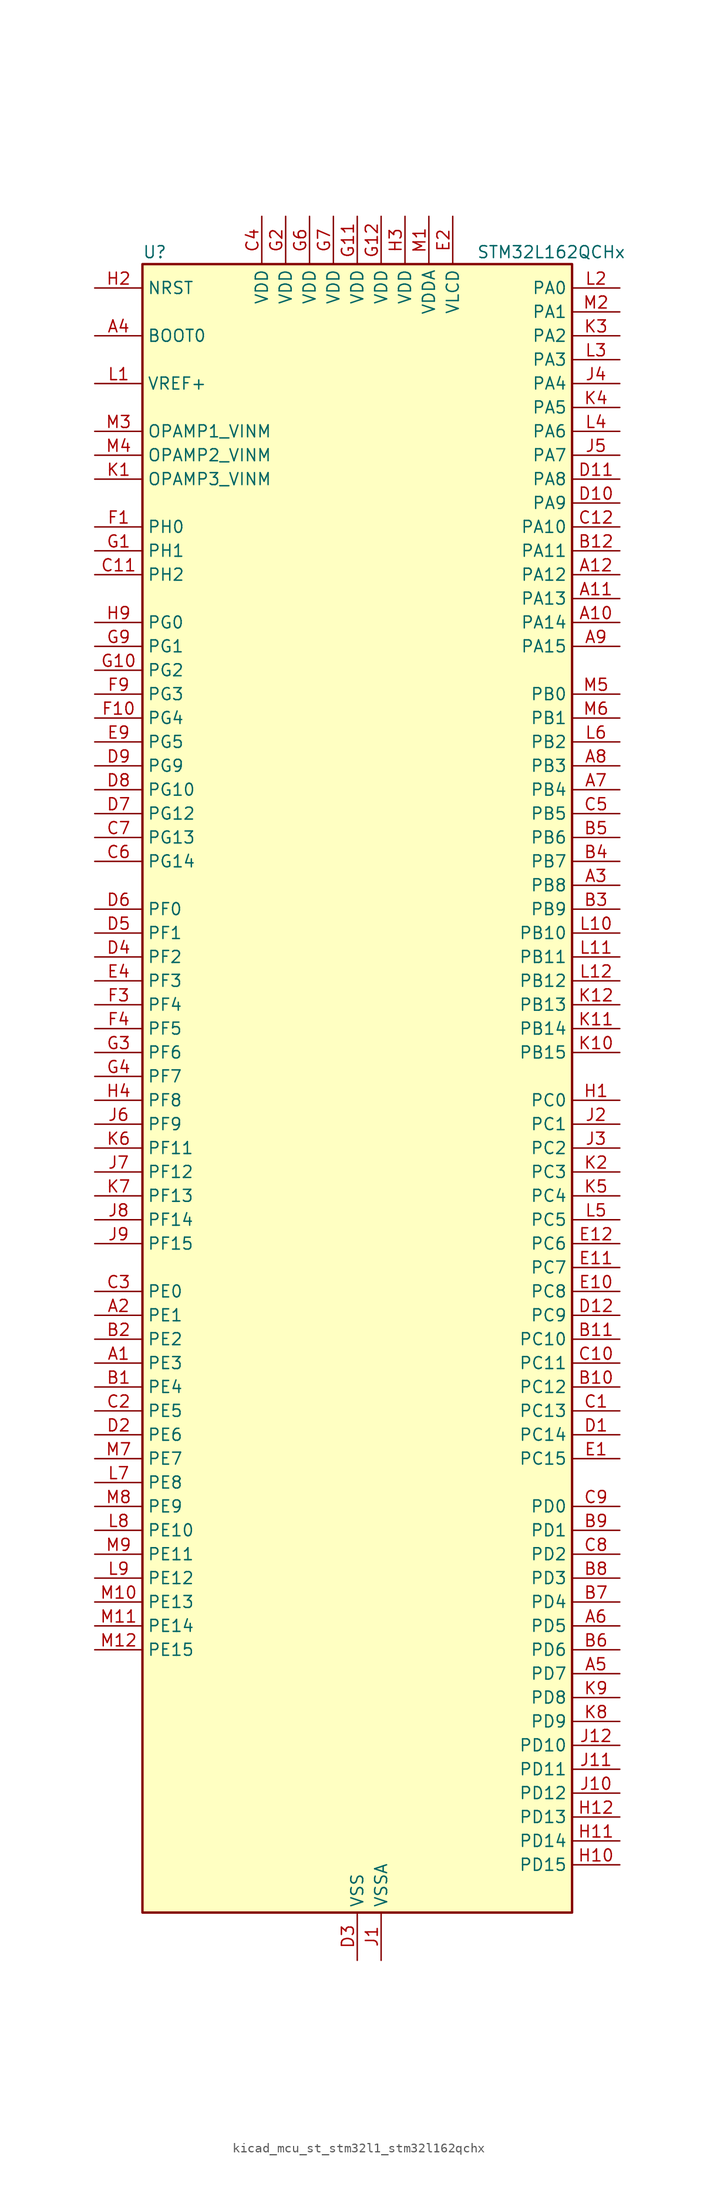
<source format=kicad_sym>
(kicad_symbol_lib
  (version 20220914)
  (generator kicad_symbol_editor)
  (symbol "kicad_mcu_st_stm32l1_stm32l162qchx"
    (property "Reference" "U"
      (at -22.86 90.17 0)
      (effects (font (size 1.27 1.27)) (justify left)))
    (property "Value" "STM32L162QCHx"
      (at 12.7 90.17 0)
      (effects (font (size 1.27 1.27)) (justify left)))
    (property "ki_locked" ""
      (at 0 0 0)
      (effects (font (size 1.27 1.27))))
    (symbol "kicad_mcu_st_stm32l1_stm32l162qchx_0_1"
      (rectangle (start -22.86 -86.36) (end 22.86 88.9) (stroke (width 0.254) (type default)) (fill (type background))))
    (symbol "kicad_mcu_st_stm32l1_stm32l162qchx_1_1"
      (pin bidirectional line (at -27.94 -27.94 0) (length 5.08) (name "PE3" (effects (font (size 1.27 1.27)))) (number "A1" (effects (font (size 1.27 1.27)))) (alternate "LCD_SEG39" bidirectional line) (alternate "SYS_TRACED0" bidirectional line) (alternate "TIM3_CH1" bidirectional line) (alternate "TIMX_IC4" bidirectional line))
      (pin bidirectional line (at 27.94 50.8 180) (length 5.08) (name "PA14" (effects (font (size 1.27 1.27)))) (number "A10" (effects (font (size 1.27 1.27)))) (alternate "SYS_JTCK-SWCLK" bidirectional line) (alternate "TIMX_IC3" bidirectional line) (alternate "TS_G5_IO2" bidirectional line))
      (pin bidirectional line (at 27.94 53.34 180) (length 5.08) (name "PA13" (effects (font (size 1.27 1.27)))) (number "A11" (effects (font (size 1.27 1.27)))) (alternate "SYS_JTMS-SWDIO" bidirectional line) (alternate "TIMX_IC2" bidirectional line) (alternate "TS_G5_IO1" bidirectional line))
      (pin bidirectional line (at 27.94 55.88 180) (length 5.08) (name "PA12" (effects (font (size 1.27 1.27)))) (number "A12" (effects (font (size 1.27 1.27)))) (alternate "SPI1_MOSI" bidirectional line) (alternate "TIMX_IC1" bidirectional line) (alternate "USART1_RTS" bidirectional line) (alternate "USB_DP" bidirectional line))
      (pin bidirectional line (at -27.94 -22.86 0) (length 5.08) (name "PE1" (effects (font (size 1.27 1.27)))) (number "A2" (effects (font (size 1.27 1.27)))) (alternate "LCD_SEG37" bidirectional line) (alternate "TIM11_CH1" bidirectional line) (alternate "TIMX_IC2" bidirectional line))
      (pin bidirectional line (at 27.94 22.86 180) (length 5.08) (name "PB8" (effects (font (size 1.27 1.27)))) (number "A3" (effects (font (size 1.27 1.27)))) (alternate "I2C1_SCL" bidirectional line) (alternate "LCD_SEG16" bidirectional line) (alternate "TIM10_CH1" bidirectional line) (alternate "TIM4_CH3" bidirectional line))
      (pin input line (at -27.94 81.28 0) (length 5.08) (name "BOOT0" (effects (font (size 1.27 1.27)))) (number "A4" (effects (font (size 1.27 1.27)))))
      (pin bidirectional line (at 27.94 -60.96 180) (length 5.08) (name "PD7" (effects (font (size 1.27 1.27)))) (number "A5" (effects (font (size 1.27 1.27)))) (alternate "TIM9_CH2" bidirectional line) (alternate "TIMX_IC4" bidirectional line) (alternate "USART2_CK" bidirectional line))
      (pin bidirectional line (at 27.94 -55.88 180) (length 5.08) (name "PD5" (effects (font (size 1.27 1.27)))) (number "A6" (effects (font (size 1.27 1.27)))) (alternate "TIMX_IC2" bidirectional line) (alternate "USART2_TX" bidirectional line))
      (pin bidirectional line (at 27.94 33.02 180) (length 5.08) (name "PB4" (effects (font (size 1.27 1.27)))) (number "A7" (effects (font (size 1.27 1.27)))) (alternate "COMP2_INP" bidirectional line) (alternate "LCD_SEG8" bidirectional line) (alternate "SPI1_MISO" bidirectional line) (alternate "SPI3_MISO" bidirectional line) (alternate "SYS_JTRST" bidirectional line) (alternate "TIM3_CH1" bidirectional line) (alternate "TS_G6_IO1" bidirectional line))
      (pin bidirectional line (at 27.94 35.56 180) (length 5.08) (name "PB3" (effects (font (size 1.27 1.27)))) (number "A8" (effects (font (size 1.27 1.27)))) (alternate "COMP2_INM" bidirectional line) (alternate "I2S3_CK" bidirectional line) (alternate "LCD_SEG7" bidirectional line) (alternate "SPI1_SCK" bidirectional line) (alternate "SPI3_SCK" bidirectional line) (alternate "SYS_JTDO-TRACESWO" bidirectional line) (alternate "TIM2_CH2" bidirectional line))
      (pin bidirectional line (at 27.94 48.26 180) (length 5.08) (name "PA15" (effects (font (size 1.27 1.27)))) (number "A9" (effects (font (size 1.27 1.27)))) (alternate "ADC_EXTI15" bidirectional line) (alternate "I2S3_WS" bidirectional line) (alternate "LCD_SEG17" bidirectional line) (alternate "SPI1_NSS" bidirectional line) (alternate "SPI3_NSS" bidirectional line) (alternate "SYS_JTDI" bidirectional line) (alternate "TIM2_CH1" bidirectional line) (alternate "TIM2_ETR" bidirectional line) (alternate "TIMX_IC4" bidirectional line) (alternate "TS_G5_IO3" bidirectional line))
      (pin bidirectional line (at -27.94 -30.48 0) (length 5.08) (name "PE4" (effects (font (size 1.27 1.27)))) (number "B1" (effects (font (size 1.27 1.27)))) (alternate "SYS_TRACED1" bidirectional line) (alternate "TIM3_CH2" bidirectional line) (alternate "TIMX_IC1" bidirectional line))
      (pin bidirectional line (at 27.94 -30.48 180) (length 5.08) (name "PC12" (effects (font (size 1.27 1.27)))) (number "B10" (effects (font (size 1.27 1.27)))) (alternate "I2S3_SD" bidirectional line) (alternate "LCD_COM6" bidirectional line) (alternate "LCD_SEG30" bidirectional line) (alternate "LCD_SEG42" bidirectional line) (alternate "SPI3_MOSI" bidirectional line) (alternate "TIMX_IC1" bidirectional line) (alternate "USART3_CK" bidirectional line))
      (pin bidirectional line (at 27.94 -25.4 180) (length 5.08) (name "PC10" (effects (font (size 1.27 1.27)))) (number "B11" (effects (font (size 1.27 1.27)))) (alternate "I2S3_CK" bidirectional line) (alternate "LCD_COM4" bidirectional line) (alternate "LCD_SEG28" bidirectional line) (alternate "LCD_SEG40" bidirectional line) (alternate "SPI3_SCK" bidirectional line) (alternate "TIMX_IC3" bidirectional line) (alternate "USART3_TX" bidirectional line))
      (pin bidirectional line (at 27.94 58.42 180) (length 5.08) (name "PA11" (effects (font (size 1.27 1.27)))) (number "B12" (effects (font (size 1.27 1.27)))) (alternate "ADC_EXTI11" bidirectional line) (alternate "SPI1_MISO" bidirectional line) (alternate "TIMX_IC4" bidirectional line) (alternate "USART1_CTS" bidirectional line) (alternate "USB_DM" bidirectional line))
      (pin bidirectional line (at -27.94 -25.4 0) (length 5.08) (name "PE2" (effects (font (size 1.27 1.27)))) (number "B2" (effects (font (size 1.27 1.27)))) (alternate "LCD_SEG38" bidirectional line) (alternate "SYS_TRACECK" bidirectional line) (alternate "TIM3_ETR" bidirectional line) (alternate "TIMX_IC3" bidirectional line))
      (pin bidirectional line (at 27.94 20.32 180) (length 5.08) (name "PB9" (effects (font (size 1.27 1.27)))) (number "B3" (effects (font (size 1.27 1.27)))) (alternate "DAC_EXTI9" bidirectional line) (alternate "I2C1_SDA" bidirectional line) (alternate "LCD_COM3" bidirectional line) (alternate "TIM11_CH1" bidirectional line) (alternate "TIM4_CH4" bidirectional line))
      (pin bidirectional line (at 27.94 25.4 180) (length 5.08) (name "PB7" (effects (font (size 1.27 1.27)))) (number "B4" (effects (font (size 1.27 1.27)))) (alternate "COMP2_INP" bidirectional line) (alternate "I2C1_SDA" bidirectional line) (alternate "SYS_PVD_IN" bidirectional line) (alternate "TIM4_CH2" bidirectional line) (alternate "TS_G6_IO4" bidirectional line) (alternate "USART1_RX" bidirectional line))
      (pin bidirectional line (at 27.94 27.94 180) (length 5.08) (name "PB6" (effects (font (size 1.27 1.27)))) (number "B5" (effects (font (size 1.27 1.27)))) (alternate "COMP2_INP" bidirectional line) (alternate "I2C1_SCL" bidirectional line) (alternate "TIM4_CH1" bidirectional line) (alternate "TS_G6_IO3" bidirectional line) (alternate "USART1_TX" bidirectional line))
      (pin bidirectional line (at 27.94 -58.42 180) (length 5.08) (name "PD6" (effects (font (size 1.27 1.27)))) (number "B6" (effects (font (size 1.27 1.27)))) (alternate "TIMX_IC3" bidirectional line) (alternate "USART2_RX" bidirectional line))
      (pin bidirectional line (at 27.94 -53.34 180) (length 5.08) (name "PD4" (effects (font (size 1.27 1.27)))) (number "B7" (effects (font (size 1.27 1.27)))) (alternate "I2S2_SD" bidirectional line) (alternate "SPI2_MOSI" bidirectional line) (alternate "TIMX_IC1" bidirectional line) (alternate "USART2_RTS" bidirectional line))
      (pin bidirectional line (at 27.94 -50.8 180) (length 5.08) (name "PD3" (effects (font (size 1.27 1.27)))) (number "B8" (effects (font (size 1.27 1.27)))) (alternate "SPI2_MISO" bidirectional line) (alternate "TIMX_IC4" bidirectional line) (alternate "USART2_CTS" bidirectional line))
      (pin bidirectional line (at 27.94 -45.72 180) (length 5.08) (name "PD1" (effects (font (size 1.27 1.27)))) (number "B9" (effects (font (size 1.27 1.27)))) (alternate "I2S2_CK" bidirectional line) (alternate "SPI2_SCK" bidirectional line) (alternate "TIMX_IC2" bidirectional line))
      (pin bidirectional line (at 27.94 -33.02 180) (length 5.08) (name "PC13" (effects (font (size 1.27 1.27)))) (number "C1" (effects (font (size 1.27 1.27)))) (alternate "RTC_OUT_ALARM" bidirectional line) (alternate "RTC_OUT_CALIB" bidirectional line) (alternate "RTC_TAMP1" bidirectional line) (alternate "RTC_TS" bidirectional line) (alternate "SYS_WKUP2" bidirectional line) (alternate "TIMX_IC2" bidirectional line))
      (pin bidirectional line (at 27.94 -27.94 180) (length 5.08) (name "PC11" (effects (font (size 1.27 1.27)))) (number "C10" (effects (font (size 1.27 1.27)))) (alternate "ADC_EXTI11" bidirectional line) (alternate "LCD_COM5" bidirectional line) (alternate "LCD_SEG29" bidirectional line) (alternate "LCD_SEG41" bidirectional line) (alternate "SPI3_MISO" bidirectional line) (alternate "TIMX_IC4" bidirectional line) (alternate "USART3_RX" bidirectional line))
      (pin bidirectional line (at -27.94 55.88 0) (length 5.08) (name "PH2" (effects (font (size 1.27 1.27)))) (number "C11" (effects (font (size 1.27 1.27)))))
      (pin bidirectional line (at 27.94 60.96 180) (length 5.08) (name "PA10" (effects (font (size 1.27 1.27)))) (number "C12" (effects (font (size 1.27 1.27)))) (alternate "LCD_COM2" bidirectional line) (alternate "TIMX_IC3" bidirectional line) (alternate "TS_G4_IO3" bidirectional line) (alternate "USART1_RX" bidirectional line))
      (pin bidirectional line (at -27.94 -33.02 0) (length 5.08) (name "PE5" (effects (font (size 1.27 1.27)))) (number "C2" (effects (font (size 1.27 1.27)))) (alternate "SYS_TRACED2" bidirectional line) (alternate "TIM9_CH1" bidirectional line) (alternate "TIMX_IC2" bidirectional line))
      (pin bidirectional line (at -27.94 -20.32 0) (length 5.08) (name "PE0" (effects (font (size 1.27 1.27)))) (number "C3" (effects (font (size 1.27 1.27)))) (alternate "LCD_SEG36" bidirectional line) (alternate "TIM10_CH1" bidirectional line) (alternate "TIM4_ETR" bidirectional line) (alternate "TIMX_IC1" bidirectional line))
      (pin power_in line (at -10.16 93.98 270) (length 5.08) (name "VDD" (effects (font (size 1.27 1.27)))) (number "C4" (effects (font (size 1.27 1.27)))))
      (pin bidirectional line (at 27.94 30.48 180) (length 5.08) (name "PB5" (effects (font (size 1.27 1.27)))) (number "C5" (effects (font (size 1.27 1.27)))) (alternate "COMP2_INP" bidirectional line) (alternate "I2C1_SMBA" bidirectional line) (alternate "I2S3_SD" bidirectional line) (alternate "LCD_SEG9" bidirectional line) (alternate "SPI1_MOSI" bidirectional line) (alternate "SPI3_MOSI" bidirectional line) (alternate "TIM3_CH2" bidirectional line) (alternate "TS_G6_IO2" bidirectional line))
      (pin bidirectional line (at -27.94 25.4 0) (length 5.08) (name "PG14" (effects (font (size 1.27 1.27)))) (number "C6" (effects (font (size 1.27 1.27)))))
      (pin bidirectional line (at -27.94 27.94 0) (length 5.08) (name "PG13" (effects (font (size 1.27 1.27)))) (number "C7" (effects (font (size 1.27 1.27)))))
      (pin bidirectional line (at 27.94 -48.26 180) (length 5.08) (name "PD2" (effects (font (size 1.27 1.27)))) (number "C8" (effects (font (size 1.27 1.27)))) (alternate "LCD_COM7" bidirectional line) (alternate "LCD_SEG31" bidirectional line) (alternate "LCD_SEG43" bidirectional line) (alternate "TIM3_ETR" bidirectional line) (alternate "TIMX_IC3" bidirectional line))
      (pin bidirectional line (at 27.94 -43.18 180) (length 5.08) (name "PD0" (effects (font (size 1.27 1.27)))) (number "C9" (effects (font (size 1.27 1.27)))) (alternate "I2S2_WS" bidirectional line) (alternate "SPI2_NSS" bidirectional line) (alternate "TIM9_CH1" bidirectional line) (alternate "TIMX_IC1" bidirectional line))
      (pin bidirectional line (at 27.94 -35.56 180) (length 5.08) (name "PC14" (effects (font (size 1.27 1.27)))) (number "D1" (effects (font (size 1.27 1.27)))) (alternate "RCC_OSC32_IN" bidirectional line) (alternate "TIMX_IC3" bidirectional line))
      (pin bidirectional line (at 27.94 63.5 180) (length 5.08) (name "PA9" (effects (font (size 1.27 1.27)))) (number "D10" (effects (font (size 1.27 1.27)))) (alternate "DAC_EXTI9" bidirectional line) (alternate "LCD_COM1" bidirectional line) (alternate "TIMX_IC2" bidirectional line) (alternate "TS_G4_IO2" bidirectional line) (alternate "USART1_TX" bidirectional line))
      (pin bidirectional line (at 27.94 66.04 180) (length 5.08) (name "PA8" (effects (font (size 1.27 1.27)))) (number "D11" (effects (font (size 1.27 1.27)))) (alternate "LCD_COM0" bidirectional line) (alternate "RCC_MCO" bidirectional line) (alternate "TIMX_IC1" bidirectional line) (alternate "TS_G4_IO1" bidirectional line) (alternate "USART1_CK" bidirectional line))
      (pin bidirectional line (at 27.94 -22.86 180) (length 5.08) (name "PC9" (effects (font (size 1.27 1.27)))) (number "D12" (effects (font (size 1.27 1.27)))) (alternate "DAC_EXTI9" bidirectional line) (alternate "LCD_SEG27" bidirectional line) (alternate "TIM3_CH4" bidirectional line) (alternate "TIMX_IC2" bidirectional line) (alternate "TS_G10_IO4" bidirectional line))
      (pin bidirectional line (at -27.94 -35.56 0) (length 5.08) (name "PE6" (effects (font (size 1.27 1.27)))) (number "D2" (effects (font (size 1.27 1.27)))) (alternate "RTC_TAMP3" bidirectional line) (alternate "SYS_TRACED3" bidirectional line) (alternate "SYS_WKUP3" bidirectional line) (alternate "TIM9_CH2" bidirectional line) (alternate "TIMX_IC3" bidirectional line))
      (pin power_in line (at 0 -91.44 90) (length 5.08) (name "VSS" (effects (font (size 1.27 1.27)))) (number "D3" (effects (font (size 1.27 1.27)))))
      (pin bidirectional line (at -27.94 15.24 0) (length 5.08) (name "PF2" (effects (font (size 1.27 1.27)))) (number "D4" (effects (font (size 1.27 1.27)))))
      (pin bidirectional line (at -27.94 17.78 0) (length 5.08) (name "PF1" (effects (font (size 1.27 1.27)))) (number "D5" (effects (font (size 1.27 1.27)))))
      (pin bidirectional line (at -27.94 20.32 0) (length 5.08) (name "PF0" (effects (font (size 1.27 1.27)))) (number "D6" (effects (font (size 1.27 1.27)))))
      (pin bidirectional line (at -27.94 30.48 0) (length 5.08) (name "PG12" (effects (font (size 1.27 1.27)))) (number "D7" (effects (font (size 1.27 1.27)))))
      (pin bidirectional line (at -27.94 33.02 0) (length 5.08) (name "PG10" (effects (font (size 1.27 1.27)))) (number "D8" (effects (font (size 1.27 1.27)))))
      (pin bidirectional line (at -27.94 35.56 0) (length 5.08) (name "PG9" (effects (font (size 1.27 1.27)))) (number "D9" (effects (font (size 1.27 1.27)))) (alternate "DAC_EXTI9" bidirectional line))
      (pin bidirectional line (at 27.94 -38.1 180) (length 5.08) (name "PC15" (effects (font (size 1.27 1.27)))) (number "E1" (effects (font (size 1.27 1.27)))) (alternate "ADC_EXTI15" bidirectional line) (alternate "RCC_OSC32_OUT" bidirectional line) (alternate "TIMX_IC4" bidirectional line))
      (pin bidirectional line (at 27.94 -20.32 180) (length 5.08) (name "PC8" (effects (font (size 1.27 1.27)))) (number "E10" (effects (font (size 1.27 1.27)))) (alternate "LCD_SEG26" bidirectional line) (alternate "TIM3_CH3" bidirectional line) (alternate "TIMX_IC1" bidirectional line) (alternate "TS_G10_IO3" bidirectional line))
      (pin bidirectional line (at 27.94 -17.78 180) (length 5.08) (name "PC7" (effects (font (size 1.27 1.27)))) (number "E11" (effects (font (size 1.27 1.27)))) (alternate "I2S3_MCK" bidirectional line) (alternate "LCD_SEG25" bidirectional line) (alternate "TIM3_CH2" bidirectional line) (alternate "TIMX_IC4" bidirectional line) (alternate "TS_G10_IO2" bidirectional line))
      (pin bidirectional line (at 27.94 -15.24 180) (length 5.08) (name "PC6" (effects (font (size 1.27 1.27)))) (number "E12" (effects (font (size 1.27 1.27)))) (alternate "I2S2_MCK" bidirectional line) (alternate "LCD_SEG24" bidirectional line) (alternate "TIM3_CH1" bidirectional line) (alternate "TIMX_IC3" bidirectional line) (alternate "TS_G10_IO1" bidirectional line))
      (pin power_in line (at 10.16 93.98 270) (length 5.08) (name "VLCD" (effects (font (size 1.27 1.27)))) (number "E2" (effects (font (size 1.27 1.27)))))
      (pin passive line (at 0 -91.44 90) (length 5.08) hide (name "VSS" (effects (font (size 1.27 1.27)))) (number "E3" (effects (font (size 1.27 1.27)))))
      (pin bidirectional line (at -27.94 12.7 0) (length 5.08) (name "PF3" (effects (font (size 1.27 1.27)))) (number "E4" (effects (font (size 1.27 1.27)))))
      (pin bidirectional line (at -27.94 38.1 0) (length 5.08) (name "PG5" (effects (font (size 1.27 1.27)))) (number "E9" (effects (font (size 1.27 1.27)))))
      (pin bidirectional line (at -27.94 60.96 0) (length 5.08) (name "PH0" (effects (font (size 1.27 1.27)))) (number "F1" (effects (font (size 1.27 1.27)))) (alternate "RCC_OSC_IN" bidirectional line))
      (pin bidirectional line (at -27.94 40.64 0) (length 5.08) (name "PG4" (effects (font (size 1.27 1.27)))) (number "F10" (effects (font (size 1.27 1.27)))) (alternate "ADC_IN12b" bidirectional line) (alternate "TS_G7_IO7" bidirectional line))
      (pin passive line (at 0 -91.44 90) (length 5.08) hide (name "VSS" (effects (font (size 1.27 1.27)))) (number "F11" (effects (font (size 1.27 1.27)))))
      (pin passive line (at 0 -91.44 90) (length 5.08) hide (name "VSS" (effects (font (size 1.27 1.27)))) (number "F12" (effects (font (size 1.27 1.27)))))
      (pin passive line (at 0 -91.44 90) (length 5.08) hide (name "VSS" (effects (font (size 1.27 1.27)))) (number "F2" (effects (font (size 1.27 1.27)))))
      (pin bidirectional line (at -27.94 10.16 0) (length 5.08) (name "PF4" (effects (font (size 1.27 1.27)))) (number "F3" (effects (font (size 1.27 1.27)))))
      (pin bidirectional line (at -27.94 7.62 0) (length 5.08) (name "PF5" (effects (font (size 1.27 1.27)))) (number "F4" (effects (font (size 1.27 1.27)))))
      (pin passive line (at 0 -91.44 90) (length 5.08) hide (name "VSS" (effects (font (size 1.27 1.27)))) (number "F6" (effects (font (size 1.27 1.27)))))
      (pin passive line (at 0 -91.44 90) (length 5.08) hide (name "VSS" (effects (font (size 1.27 1.27)))) (number "F7" (effects (font (size 1.27 1.27)))))
      (pin bidirectional line (at -27.94 43.18 0) (length 5.08) (name "PG3" (effects (font (size 1.27 1.27)))) (number "F9" (effects (font (size 1.27 1.27)))) (alternate "ADC_IN11b" bidirectional line) (alternate "TS_G7_IO6" bidirectional line))
      (pin bidirectional line (at -27.94 58.42 0) (length 5.08) (name "PH1" (effects (font (size 1.27 1.27)))) (number "G1" (effects (font (size 1.27 1.27)))) (alternate "RCC_OSC_OUT" bidirectional line))
      (pin bidirectional line (at -27.94 45.72 0) (length 5.08) (name "PG2" (effects (font (size 1.27 1.27)))) (number "G10" (effects (font (size 1.27 1.27)))) (alternate "ADC_IN10b" bidirectional line) (alternate "TS_G7_IO5" bidirectional line))
      (pin power_in line (at 0 93.98 270) (length 5.08) (name "VDD" (effects (font (size 1.27 1.27)))) (number "G11" (effects (font (size 1.27 1.27)))))
      (pin power_in line (at 2.54 93.98 270) (length 5.08) (name "VDD" (effects (font (size 1.27 1.27)))) (number "G12" (effects (font (size 1.27 1.27)))))
      (pin power_in line (at -7.62 93.98 270) (length 5.08) (name "VDD" (effects (font (size 1.27 1.27)))) (number "G2" (effects (font (size 1.27 1.27)))))
      (pin bidirectional line (at -27.94 5.08 0) (length 5.08) (name "PF6" (effects (font (size 1.27 1.27)))) (number "G3" (effects (font (size 1.27 1.27)))) (alternate "ADC_IN27" bidirectional line) (alternate "TIM5_CH1" bidirectional line) (alternate "TIM5_ETR" bidirectional line) (alternate "TS_G11_IO1" bidirectional line))
      (pin bidirectional line (at -27.94 2.54 0) (length 5.08) (name "PF7" (effects (font (size 1.27 1.27)))) (number "G4" (effects (font (size 1.27 1.27)))) (alternate "ADC_IN28" bidirectional line) (alternate "COMP1_INP" bidirectional line) (alternate "TIM5_CH2" bidirectional line) (alternate "TS_G11_IO2" bidirectional line))
      (pin power_in line (at -5.08 93.98 270) (length 5.08) (name "VDD" (effects (font (size 1.27 1.27)))) (number "G6" (effects (font (size 1.27 1.27)))))
      (pin power_in line (at -2.54 93.98 270) (length 5.08) (name "VDD" (effects (font (size 1.27 1.27)))) (number "G7" (effects (font (size 1.27 1.27)))))
      (pin bidirectional line (at -27.94 48.26 0) (length 5.08) (name "PG1" (effects (font (size 1.27 1.27)))) (number "G9" (effects (font (size 1.27 1.27)))) (alternate "ADC_IN9b" bidirectional line) (alternate "TS_G2_IO5" bidirectional line))
      (pin bidirectional line (at 27.94 0 180) (length 5.08) (name "PC0" (effects (font (size 1.27 1.27)))) (number "H1" (effects (font (size 1.27 1.27)))) (alternate "ADC_IN10" bidirectional line) (alternate "COMP1_INP" bidirectional line) (alternate "LCD_SEG18" bidirectional line) (alternate "TIMX_IC1" bidirectional line) (alternate "TS_G8_IO1" bidirectional line))
      (pin bidirectional line (at 27.94 -81.28 180) (length 5.08) (name "PD15" (effects (font (size 1.27 1.27)))) (number "H10" (effects (font (size 1.27 1.27)))) (alternate "ADC_EXTI15" bidirectional line) (alternate "LCD_SEG35" bidirectional line) (alternate "TIM4_CH4" bidirectional line) (alternate "TIMX_IC4" bidirectional line))
      (pin bidirectional line (at 27.94 -78.74 180) (length 5.08) (name "PD14" (effects (font (size 1.27 1.27)))) (number "H11" (effects (font (size 1.27 1.27)))) (alternate "LCD_SEG34" bidirectional line) (alternate "TIM4_CH3" bidirectional line) (alternate "TIMX_IC3" bidirectional line))
      (pin bidirectional line (at 27.94 -76.2 180) (length 5.08) (name "PD13" (effects (font (size 1.27 1.27)))) (number "H12" (effects (font (size 1.27 1.27)))) (alternate "LCD_SEG33" bidirectional line) (alternate "TIM4_CH2" bidirectional line) (alternate "TIMX_IC2" bidirectional line))
      (pin input line (at -27.94 86.36 0) (length 5.08) (name "NRST" (effects (font (size 1.27 1.27)))) (number "H2" (effects (font (size 1.27 1.27)))))
      (pin power_in line (at 5.08 93.98 270) (length 5.08) (name "VDD" (effects (font (size 1.27 1.27)))) (number "H3" (effects (font (size 1.27 1.27)))))
      (pin bidirectional line (at -27.94 0 0) (length 5.08) (name "PF8" (effects (font (size 1.27 1.27)))) (number "H4" (effects (font (size 1.27 1.27)))) (alternate "ADC_IN29" bidirectional line) (alternate "COMP1_INP" bidirectional line) (alternate "TIM5_CH3" bidirectional line) (alternate "TS_G11_IO3" bidirectional line))
      (pin bidirectional line (at -27.94 50.8 0) (length 5.08) (name "PG0" (effects (font (size 1.27 1.27)))) (number "H9" (effects (font (size 1.27 1.27)))) (alternate "ADC_IN8b" bidirectional line) (alternate "TS_G2_IO4" bidirectional line))
      (pin power_in line (at 2.54 -91.44 90) (length 5.08) (name "VSSA" (effects (font (size 1.27 1.27)))) (number "J1" (effects (font (size 1.27 1.27)))))
      (pin bidirectional line (at 27.94 -73.66 180) (length 5.08) (name "PD12" (effects (font (size 1.27 1.27)))) (number "J10" (effects (font (size 1.27 1.27)))) (alternate "LCD_SEG32" bidirectional line) (alternate "TIM4_CH1" bidirectional line) (alternate "TIMX_IC1" bidirectional line) (alternate "USART3_RTS" bidirectional line))
      (pin bidirectional line (at 27.94 -71.12 180) (length 5.08) (name "PD11" (effects (font (size 1.27 1.27)))) (number "J11" (effects (font (size 1.27 1.27)))) (alternate "ADC_EXTI11" bidirectional line) (alternate "LCD_SEG31" bidirectional line) (alternate "TIMX_IC4" bidirectional line) (alternate "USART3_CTS" bidirectional line))
      (pin bidirectional line (at 27.94 -68.58 180) (length 5.08) (name "PD10" (effects (font (size 1.27 1.27)))) (number "J12" (effects (font (size 1.27 1.27)))) (alternate "LCD_SEG30" bidirectional line) (alternate "TIMX_IC3" bidirectional line) (alternate "USART3_CK" bidirectional line))
      (pin bidirectional line (at 27.94 -2.54 180) (length 5.08) (name "PC1" (effects (font (size 1.27 1.27)))) (number "J2" (effects (font (size 1.27 1.27)))) (alternate "ADC_IN11" bidirectional line) (alternate "COMP1_INP" bidirectional line) (alternate "LCD_SEG19" bidirectional line) (alternate "TIMX_IC2" bidirectional line) (alternate "TS_G8_IO2" bidirectional line))
      (pin bidirectional line (at 27.94 -5.08 180) (length 5.08) (name "PC2" (effects (font (size 1.27 1.27)))) (number "J3" (effects (font (size 1.27 1.27)))) (alternate "ADC_IN12" bidirectional line) (alternate "COMP1_INP" bidirectional line) (alternate "LCD_SEG20" bidirectional line) (alternate "TIMX_IC3" bidirectional line) (alternate "TS_G8_IO3" bidirectional line))
      (pin bidirectional line (at 27.94 76.2 180) (length 5.08) (name "PA4" (effects (font (size 1.27 1.27)))) (number "J4" (effects (font (size 1.27 1.27)))) (alternate "ADC_IN4" bidirectional line) (alternate "COMP1_INP" bidirectional line) (alternate "DAC_OUT1" bidirectional line) (alternate "I2S3_WS" bidirectional line) (alternate "SPI1_NSS" bidirectional line) (alternate "SPI3_NSS" bidirectional line) (alternate "TIMX_IC1" bidirectional line) (alternate "USART2_CK" bidirectional line))
      (pin bidirectional line (at 27.94 68.58 180) (length 5.08) (name "PA7" (effects (font (size 1.27 1.27)))) (number "J5" (effects (font (size 1.27 1.27)))) (alternate "ADC_IN7" bidirectional line) (alternate "COMP1_INP" bidirectional line) (alternate "LCD_SEG4" bidirectional line) (alternate "SPI1_MOSI" bidirectional line) (alternate "TIM11_CH1" bidirectional line) (alternate "TIM3_CH2" bidirectional line) (alternate "TIMX_IC4" bidirectional line) (alternate "TS_G2_IO2" bidirectional line))
      (pin bidirectional line (at -27.94 -2.54 0) (length 5.08) (name "PF9" (effects (font (size 1.27 1.27)))) (number "J6" (effects (font (size 1.27 1.27)))) (alternate "ADC_IN30" bidirectional line) (alternate "COMP1_INP" bidirectional line) (alternate "DAC_EXTI9" bidirectional line) (alternate "TIM5_CH4" bidirectional line) (alternate "TS_G11_IO4" bidirectional line))
      (pin bidirectional line (at -27.94 -7.62 0) (length 5.08) (name "PF12" (effects (font (size 1.27 1.27)))) (number "J7" (effects (font (size 1.27 1.27)))) (alternate "ADC_IN2b" bidirectional line) (alternate "TS_G3_IO5" bidirectional line))
      (pin bidirectional line (at -27.94 -12.7 0) (length 5.08) (name "PF14" (effects (font (size 1.27 1.27)))) (number "J8" (effects (font (size 1.27 1.27)))) (alternate "ADC_IN6b" bidirectional line) (alternate "TS_G9_IO4" bidirectional line))
      (pin bidirectional line (at -27.94 -15.24 0) (length 5.08) (name "PF15" (effects (font (size 1.27 1.27)))) (number "J9" (effects (font (size 1.27 1.27)))) (alternate "ADC_EXTI15" bidirectional line) (alternate "ADC_IN7b" bidirectional line) (alternate "TS_G2_IO3" bidirectional line))
      (pin input line (at -27.94 66.04 0) (length 5.08) (name "OPAMP3_VINM" (effects (font (size 1.27 1.27)))) (number "K1" (effects (font (size 1.27 1.27)))))
      (pin bidirectional line (at 27.94 5.08 180) (length 5.08) (name "PB15" (effects (font (size 1.27 1.27)))) (number "K10" (effects (font (size 1.27 1.27)))) (alternate "ADC_EXTI15" bidirectional line) (alternate "ADC_IN21" bidirectional line) (alternate "COMP1_INP" bidirectional line) (alternate "I2S2_SD" bidirectional line) (alternate "LCD_SEG15" bidirectional line) (alternate "RTC_REFIN" bidirectional line) (alternate "SPI2_MOSI" bidirectional line) (alternate "TIM11_CH1" bidirectional line) (alternate "TS_G7_IO4" bidirectional line))
      (pin bidirectional line (at 27.94 7.62 180) (length 5.08) (name "PB14" (effects (font (size 1.27 1.27)))) (number "K11" (effects (font (size 1.27 1.27)))) (alternate "ADC_IN20" bidirectional line) (alternate "COMP1_INP" bidirectional line) (alternate "LCD_SEG14" bidirectional line) (alternate "SPI2_MISO" bidirectional line) (alternate "TIM9_CH2" bidirectional line) (alternate "TS_G7_IO3" bidirectional line) (alternate "USART3_RTS" bidirectional line))
      (pin bidirectional line (at 27.94 10.16 180) (length 5.08) (name "PB13" (effects (font (size 1.27 1.27)))) (number "K12" (effects (font (size 1.27 1.27)))) (alternate "ADC_IN19" bidirectional line) (alternate "COMP1_INP" bidirectional line) (alternate "I2S2_CK" bidirectional line) (alternate "LCD_SEG13" bidirectional line) (alternate "SPI2_SCK" bidirectional line) (alternate "TIM9_CH1" bidirectional line) (alternate "TS_G7_IO2" bidirectional line) (alternate "USART3_CTS" bidirectional line))
      (pin bidirectional line (at 27.94 -7.62 180) (length 5.08) (name "PC3" (effects (font (size 1.27 1.27)))) (number "K2" (effects (font (size 1.27 1.27)))) (alternate "ADC_IN13" bidirectional line) (alternate "COMP1_INP" bidirectional line) (alternate "LCD_SEG21" bidirectional line) (alternate "TIMX_IC4" bidirectional line) (alternate "TS_G8_IO4" bidirectional line))
      (pin bidirectional line (at 27.94 81.28 180) (length 5.08) (name "PA2" (effects (font (size 1.27 1.27)))) (number "K3" (effects (font (size 1.27 1.27)))) (alternate "ADC_IN2" bidirectional line) (alternate "COMP1_INP" bidirectional line) (alternate "LCD_SEG1" bidirectional line) (alternate "TIM2_CH3" bidirectional line) (alternate "TIM5_CH3" bidirectional line) (alternate "TIM9_CH1" bidirectional line) (alternate "TIMX_IC3" bidirectional line) (alternate "TS_G1_IO3" bidirectional line) (alternate "USART2_TX" bidirectional line))
      (pin bidirectional line (at 27.94 73.66 180) (length 5.08) (name "PA5" (effects (font (size 1.27 1.27)))) (number "K4" (effects (font (size 1.27 1.27)))) (alternate "ADC_IN5" bidirectional line) (alternate "COMP1_INP" bidirectional line) (alternate "DAC_OUT2" bidirectional line) (alternate "SPI1_SCK" bidirectional line) (alternate "TIM2_CH1" bidirectional line) (alternate "TIM2_ETR" bidirectional line) (alternate "TIMX_IC2" bidirectional line))
      (pin bidirectional line (at 27.94 -10.16 180) (length 5.08) (name "PC4" (effects (font (size 1.27 1.27)))) (number "K5" (effects (font (size 1.27 1.27)))) (alternate "ADC_IN14" bidirectional line) (alternate "COMP1_INP" bidirectional line) (alternate "LCD_SEG22" bidirectional line) (alternate "TIMX_IC1" bidirectional line) (alternate "TS_G9_IO1" bidirectional line))
      (pin bidirectional line (at -27.94 -5.08 0) (length 5.08) (name "PF11" (effects (font (size 1.27 1.27)))) (number "K6" (effects (font (size 1.27 1.27)))) (alternate "ADC_EXTI11" bidirectional line) (alternate "ADC_IN1b" bidirectional line) (alternate "TS_G3_IO4" bidirectional line))
      (pin bidirectional line (at -27.94 -10.16 0) (length 5.08) (name "PF13" (effects (font (size 1.27 1.27)))) (number "K7" (effects (font (size 1.27 1.27)))) (alternate "ADC_IN3b" bidirectional line) (alternate "TS_G9_IO3" bidirectional line))
      (pin bidirectional line (at 27.94 -66.04 180) (length 5.08) (name "PD9" (effects (font (size 1.27 1.27)))) (number "K8" (effects (font (size 1.27 1.27)))) (alternate "DAC_EXTI9" bidirectional line) (alternate "LCD_SEG29" bidirectional line) (alternate "TIMX_IC2" bidirectional line) (alternate "USART3_RX" bidirectional line))
      (pin bidirectional line (at 27.94 -63.5 180) (length 5.08) (name "PD8" (effects (font (size 1.27 1.27)))) (number "K9" (effects (font (size 1.27 1.27)))) (alternate "LCD_SEG28" bidirectional line) (alternate "TIMX_IC1" bidirectional line) (alternate "USART3_TX" bidirectional line))
      (pin input line (at -27.94 76.2 0) (length 5.08) (name "VREF+" (effects (font (size 1.27 1.27)))) (number "L1" (effects (font (size 1.27 1.27)))))
      (pin bidirectional line (at 27.94 17.78 180) (length 5.08) (name "PB10" (effects (font (size 1.27 1.27)))) (number "L10" (effects (font (size 1.27 1.27)))) (alternate "I2C2_SCL" bidirectional line) (alternate "LCD_SEG10" bidirectional line) (alternate "TIM2_CH3" bidirectional line) (alternate "USART3_TX" bidirectional line))
      (pin bidirectional line (at 27.94 15.24 180) (length 5.08) (name "PB11" (effects (font (size 1.27 1.27)))) (number "L11" (effects (font (size 1.27 1.27)))) (alternate "ADC_EXTI11" bidirectional line) (alternate "I2C2_SDA" bidirectional line) (alternate "LCD_SEG11" bidirectional line) (alternate "TIM2_CH4" bidirectional line) (alternate "USART3_RX" bidirectional line))
      (pin bidirectional line (at 27.94 12.7 180) (length 5.08) (name "PB12" (effects (font (size 1.27 1.27)))) (number "L12" (effects (font (size 1.27 1.27)))) (alternate "ADC_IN18" bidirectional line) (alternate "COMP1_INP" bidirectional line) (alternate "I2C2_SMBA" bidirectional line) (alternate "I2S2_WS" bidirectional line) (alternate "LCD_SEG12" bidirectional line) (alternate "SPI2_NSS" bidirectional line) (alternate "TIM10_CH1" bidirectional line) (alternate "TS_G7_IO1" bidirectional line) (alternate "USART3_CK" bidirectional line))
      (pin bidirectional line (at 27.94 86.36 180) (length 5.08) (name "PA0" (effects (font (size 1.27 1.27)))) (number "L2" (effects (font (size 1.27 1.27)))) (alternate "ADC_IN0" bidirectional line) (alternate "COMP1_INP" bidirectional line) (alternate "RTC_TAMP2" bidirectional line) (alternate "SYS_WKUP1" bidirectional line) (alternate "TIM2_CH1" bidirectional line) (alternate "TIM2_ETR" bidirectional line) (alternate "TIM5_CH1" bidirectional line) (alternate "TIMX_IC1" bidirectional line) (alternate "TS_G1_IO1" bidirectional line) (alternate "USART2_CTS" bidirectional line))
      (pin bidirectional line (at 27.94 78.74 180) (length 5.08) (name "PA3" (effects (font (size 1.27 1.27)))) (number "L3" (effects (font (size 1.27 1.27)))) (alternate "ADC_IN3" bidirectional line) (alternate "COMP1_INP" bidirectional line) (alternate "LCD_SEG2" bidirectional line) (alternate "OPAMP1_VOUT" bidirectional line) (alternate "TIM2_CH4" bidirectional line) (alternate "TIM5_CH4" bidirectional line) (alternate "TIM9_CH2" bidirectional line) (alternate "TIMX_IC4" bidirectional line) (alternate "TS_G1_IO4" bidirectional line) (alternate "USART2_RX" bidirectional line))
      (pin bidirectional line (at 27.94 71.12 180) (length 5.08) (name "PA6" (effects (font (size 1.27 1.27)))) (number "L4" (effects (font (size 1.27 1.27)))) (alternate "ADC_IN6" bidirectional line) (alternate "COMP1_INP" bidirectional line) (alternate "LCD_SEG3" bidirectional line) (alternate "OPAMP2_VINP" bidirectional line) (alternate "SPI1_MISO" bidirectional line) (alternate "TIM10_CH1" bidirectional line) (alternate "TIM3_CH1" bidirectional line) (alternate "TIMX_IC3" bidirectional line) (alternate "TS_G2_IO1" bidirectional line))
      (pin bidirectional line (at 27.94 -12.7 180) (length 5.08) (name "PC5" (effects (font (size 1.27 1.27)))) (number "L5" (effects (font (size 1.27 1.27)))) (alternate "ADC_IN15" bidirectional line) (alternate "COMP1_INP" bidirectional line) (alternate "LCD_SEG23" bidirectional line) (alternate "TIMX_IC2" bidirectional line) (alternate "TS_G9_IO2" bidirectional line))
      (pin bidirectional line (at 27.94 38.1 180) (length 5.08) (name "PB2" (effects (font (size 1.27 1.27)))) (number "L6" (effects (font (size 1.27 1.27)))) (alternate "ADC_IN0b" bidirectional line) (alternate "TS_G3_IO3" bidirectional line))
      (pin bidirectional line (at -27.94 -40.64 0) (length 5.08) (name "PE8" (effects (font (size 1.27 1.27)))) (number "L7" (effects (font (size 1.27 1.27)))) (alternate "ADC_IN23" bidirectional line) (alternate "COMP1_INP" bidirectional line) (alternate "TIMX_IC1" bidirectional line))
      (pin bidirectional line (at -27.94 -45.72 0) (length 5.08) (name "PE10" (effects (font (size 1.27 1.27)))) (number "L8" (effects (font (size 1.27 1.27)))) (alternate "ADC_IN25" bidirectional line) (alternate "COMP1_INP" bidirectional line) (alternate "TIM2_CH2" bidirectional line) (alternate "TIMX_IC3" bidirectional line))
      (pin bidirectional line (at -27.94 -50.8 0) (length 5.08) (name "PE12" (effects (font (size 1.27 1.27)))) (number "L9" (effects (font (size 1.27 1.27)))) (alternate "SPI1_NSS" bidirectional line) (alternate "TIM2_CH4" bidirectional line) (alternate "TIMX_IC1" bidirectional line))
      (pin power_in line (at 7.62 93.98 270) (length 5.08) (name "VDDA" (effects (font (size 1.27 1.27)))) (number "M1" (effects (font (size 1.27 1.27)))))
      (pin bidirectional line (at -27.94 -53.34 0) (length 5.08) (name "PE13" (effects (font (size 1.27 1.27)))) (number "M10" (effects (font (size 1.27 1.27)))) (alternate "SPI1_SCK" bidirectional line) (alternate "TIMX_IC2" bidirectional line))
      (pin bidirectional line (at -27.94 -55.88 0) (length 5.08) (name "PE14" (effects (font (size 1.27 1.27)))) (number "M11" (effects (font (size 1.27 1.27)))) (alternate "SPI1_MISO" bidirectional line) (alternate "TIMX_IC3" bidirectional line))
      (pin bidirectional line (at -27.94 -58.42 0) (length 5.08) (name "PE15" (effects (font (size 1.27 1.27)))) (number "M12" (effects (font (size 1.27 1.27)))) (alternate "ADC_EXTI15" bidirectional line) (alternate "SPI1_MOSI" bidirectional line) (alternate "TIMX_IC4" bidirectional line))
      (pin bidirectional line (at 27.94 83.82 180) (length 5.08) (name "PA1" (effects (font (size 1.27 1.27)))) (number "M2" (effects (font (size 1.27 1.27)))) (alternate "ADC_IN1" bidirectional line) (alternate "COMP1_INP" bidirectional line) (alternate "LCD_SEG0" bidirectional line) (alternate "OPAMP1_VINP" bidirectional line) (alternate "TIM2_CH2" bidirectional line) (alternate "TIM5_CH2" bidirectional line) (alternate "TIMX_IC2" bidirectional line) (alternate "TS_G1_IO2" bidirectional line) (alternate "USART2_RTS" bidirectional line))
      (pin input line (at -27.94 71.12 0) (length 5.08) (name "OPAMP1_VINM" (effects (font (size 1.27 1.27)))) (number "M3" (effects (font (size 1.27 1.27)))) (alternate "OPAMP1_VINM" bidirectional line))
      (pin input line (at -27.94 68.58 0) (length 5.08) (name "OPAMP2_VINM" (effects (font (size 1.27 1.27)))) (number "M4" (effects (font (size 1.27 1.27)))) (alternate "OPAMP2_VINM" bidirectional line))
      (pin bidirectional line (at 27.94 43.18 180) (length 5.08) (name "PB0" (effects (font (size 1.27 1.27)))) (number "M5" (effects (font (size 1.27 1.27)))) (alternate "ADC_IN8" bidirectional line) (alternate "COMP1_INP" bidirectional line) (alternate "LCD_SEG5" bidirectional line) (alternate "OPAMP2_VOUT" bidirectional line) (alternate "SYS_V_REF_OUT" bidirectional line) (alternate "TIM3_CH3" bidirectional line) (alternate "TS_G3_IO1" bidirectional line))
      (pin bidirectional line (at 27.94 40.64 180) (length 5.08) (name "PB1" (effects (font (size 1.27 1.27)))) (number "M6" (effects (font (size 1.27 1.27)))) (alternate "ADC_IN9" bidirectional line) (alternate "COMP1_INP" bidirectional line) (alternate "LCD_SEG6" bidirectional line) (alternate "SYS_V_REF_OUT" bidirectional line) (alternate "TIM3_CH4" bidirectional line) (alternate "TS_G3_IO2" bidirectional line))
      (pin bidirectional line (at -27.94 -38.1 0) (length 5.08) (name "PE7" (effects (font (size 1.27 1.27)))) (number "M7" (effects (font (size 1.27 1.27)))) (alternate "ADC_IN22" bidirectional line) (alternate "COMP1_INP" bidirectional line) (alternate "TIMX_IC4" bidirectional line))
      (pin bidirectional line (at -27.94 -43.18 0) (length 5.08) (name "PE9" (effects (font (size 1.27 1.27)))) (number "M8" (effects (font (size 1.27 1.27)))) (alternate "ADC_IN24" bidirectional line) (alternate "COMP1_INP" bidirectional line) (alternate "DAC_EXTI9" bidirectional line) (alternate "TIM2_CH1" bidirectional line) (alternate "TIM2_ETR" bidirectional line) (alternate "TIMX_IC2" bidirectional line))
      (pin bidirectional line (at -27.94 -48.26 0) (length 5.08) (name "PE11" (effects (font (size 1.27 1.27)))) (number "M9" (effects (font (size 1.27 1.27)))) (alternate "ADC_EXTI11" bidirectional line) (alternate "TIM2_CH3" bidirectional line) (alternate "TIMX_IC4" bidirectional line)))))
</source>
